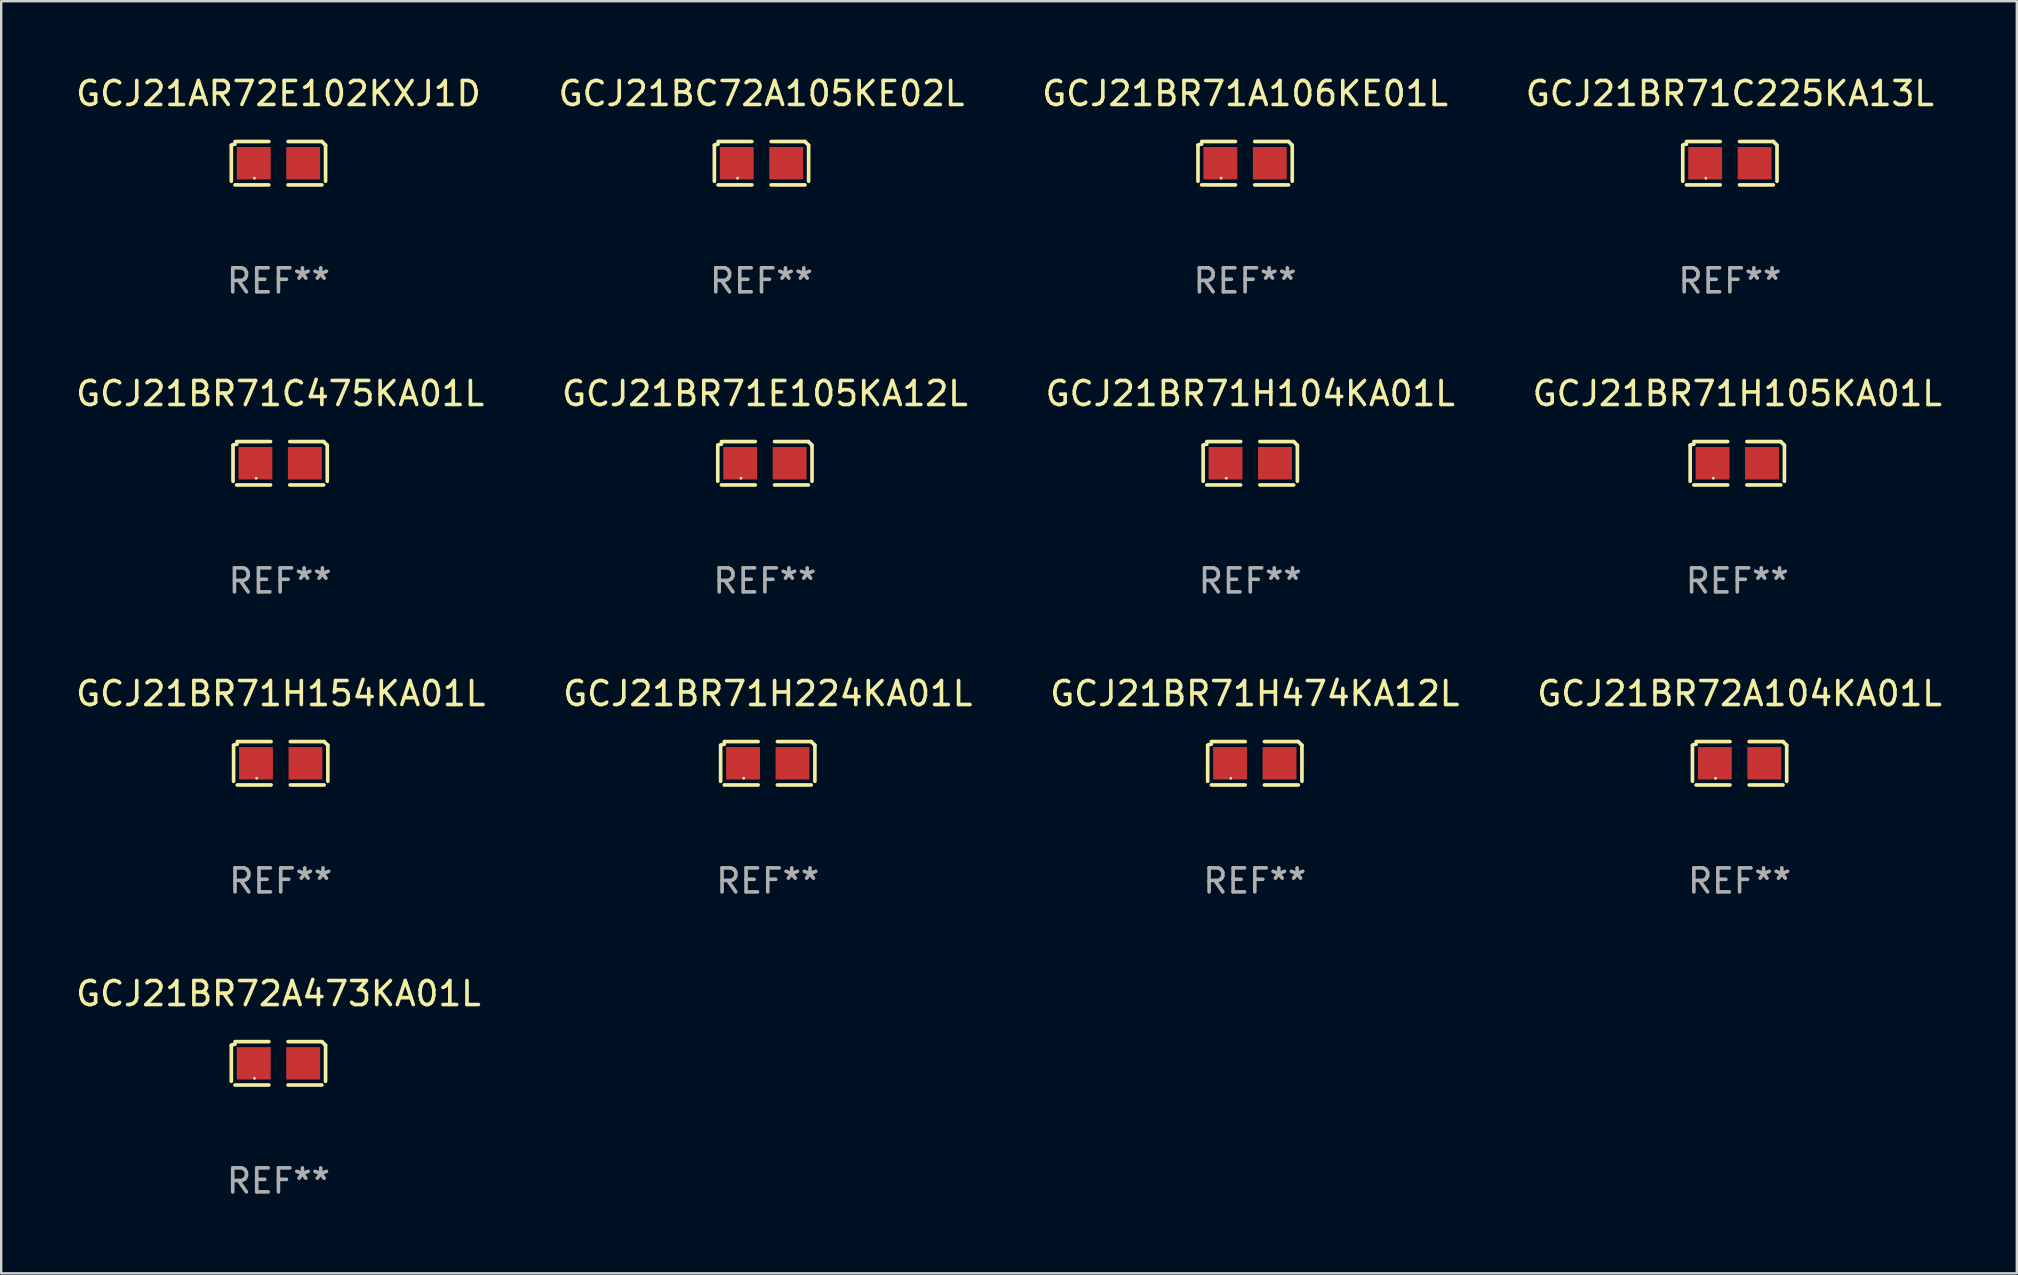
<source format=kicad_pcb>
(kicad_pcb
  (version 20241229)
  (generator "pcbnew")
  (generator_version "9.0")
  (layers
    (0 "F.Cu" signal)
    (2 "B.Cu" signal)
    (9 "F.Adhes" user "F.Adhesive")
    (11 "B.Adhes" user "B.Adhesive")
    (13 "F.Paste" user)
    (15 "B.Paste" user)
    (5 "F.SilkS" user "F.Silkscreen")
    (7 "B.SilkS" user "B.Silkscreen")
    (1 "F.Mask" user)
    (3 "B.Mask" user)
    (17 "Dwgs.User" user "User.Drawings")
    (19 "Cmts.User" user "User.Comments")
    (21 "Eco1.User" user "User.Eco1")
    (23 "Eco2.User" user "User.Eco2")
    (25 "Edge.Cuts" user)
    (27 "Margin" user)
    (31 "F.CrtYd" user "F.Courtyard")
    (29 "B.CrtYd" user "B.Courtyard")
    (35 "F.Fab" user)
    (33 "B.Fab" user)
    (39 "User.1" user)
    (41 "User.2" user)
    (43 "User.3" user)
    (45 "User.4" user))
  (footprint "GCJ21BR72A473KA01L"
    (layer "F.Cu")
    (at 8.554 41.263)
    (property "Reference" "GCJ21BR72A473KA01L" (at 0 -2.904 0) (layer "F.SilkS") (effects (font (size 1 1) (thickness 0.15))))
    (attr through_hole)
    (fp_line (start -1.964 0.751) (end -1.964 -0.751) (stroke (width 0.152) (type solid)) (layer "F.SilkS"))
    (fp_line (start -1.811 -0.904) (end -0.401 -0.904) (stroke (width 0.152) (type solid)) (layer "F.SilkS"))
    (fp_line (start -0.401 0.904) (end -1.811 0.904) (stroke (width 0.152) (type solid)) (layer "F.SilkS"))
    (fp_line (start 0.401 0.904) (end 1.811 0.904) (stroke (width 0.152) (type solid)) (layer "F.SilkS"))
    (fp_line (start 1.811 -0.904) (end 0.401 -0.904) (stroke (width 0.152) (type solid)) (layer "F.SilkS"))
    (fp_line (start 1.964 0.751) (end 1.964 -0.751) (stroke (width 0.152) (type solid)) (layer "F.SilkS"))
    (fp_arc (start -1.963602 -0.751207) (mid -1.890354 -0.783131) (end -1.811201 -0.794044) (stroke (width 0.1524) (type solid)) (layer "F.SilkS"))
    (fp_arc (start 1.811202 -0.903607) (mid 1.887413 -0.827418) (end 1.963602 -0.751207) (stroke (width 0.1524) (type solid)) (layer "F.SilkS"))
    (fp_circle (center -1 0.625) (end -0.97 0.625) (stroke (width 0.06) (type solid)) (fill no) (layer "F.SilkS"))
    (fp_text user "REF**" (at 0 4.904 0) (layer "F.Fab") (effects (font (size 1 1) (thickness 0.15))))
    (pad "1" smd rect (at -1.03 0) (size 1.41 1.35) (layers "F.Cu" "F.Mask" "F.Paste"))
    (pad "2" smd rect (at 1.03 0) (size 1.41 1.35) (layers "F.Cu" "F.Mask" "F.Paste")))
  (footprint "GCJ21BR71H105KA01L"
    (layer "F.Cu")
    (at 69.351 16.256)
    (property "Reference" "GCJ21BR71H105KA01L" (at 0 -2.904 0) (layer "F.SilkS") (effects (font (size 1 1) (thickness 0.15))))
    (attr through_hole)
    (fp_line (start -1.964 0.751) (end -1.964 -0.751) (stroke (width 0.152) (type solid)) (layer "F.SilkS"))
    (fp_line (start -1.811 -0.904) (end -0.401 -0.904) (stroke (width 0.152) (type solid)) (layer "F.SilkS"))
    (fp_line (start -0.401 0.904) (end -1.811 0.904) (stroke (width 0.152) (type solid)) (layer "F.SilkS"))
    (fp_line (start 0.401 0.904) (end 1.811 0.904) (stroke (width 0.152) (type solid)) (layer "F.SilkS"))
    (fp_line (start 1.811 -0.904) (end 0.401 -0.904) (stroke (width 0.152) (type solid)) (layer "F.SilkS"))
    (fp_line (start 1.964 0.751) (end 1.964 -0.751) (stroke (width 0.152) (type solid)) (layer "F.SilkS"))
    (fp_arc (start -1.963602 -0.751207) (mid -1.890354 -0.783131) (end -1.811201 -0.794044) (stroke (width 0.1524) (type solid)) (layer "F.SilkS"))
    (fp_arc (start 1.811202 -0.903607) (mid 1.887413 -0.827418) (end 1.963602 -0.751207) (stroke (width 0.1524) (type solid)) (layer "F.SilkS"))
    (fp_circle (center -1 0.625) (end -0.97 0.625) (stroke (width 0.06) (type solid)) (fill no) (layer "F.SilkS"))
    (fp_text user "REF**" (at 0 4.904 0) (layer "F.Fab") (effects (font (size 1 1) (thickness 0.15))))
    (pad "1" smd rect (at -1.03 0) (size 1.41 1.35) (layers "F.Cu" "F.Mask" "F.Paste"))
    (pad "2" smd rect (at 1.03 0) (size 1.41 1.35) (layers "F.Cu" "F.Mask" "F.Paste")))
  (footprint "GCJ21BR71H224KA01L"
    (layer "F.Cu")
    (at 28.946 28.759)
    (property "Reference" "GCJ21BR71H224KA01L" (at 0 -2.904 0) (layer "F.SilkS") (effects (font (size 1 1) (thickness 0.15))))
    (attr through_hole)
    (fp_line (start -1.964 0.751) (end -1.964 -0.751) (stroke (width 0.152) (type solid)) (layer "F.SilkS"))
    (fp_line (start -1.811 -0.904) (end -0.401 -0.904) (stroke (width 0.152) (type solid)) (layer "F.SilkS"))
    (fp_line (start -0.401 0.904) (end -1.811 0.904) (stroke (width 0.152) (type solid)) (layer "F.SilkS"))
    (fp_line (start 0.401 0.904) (end 1.811 0.904) (stroke (width 0.152) (type solid)) (layer "F.SilkS"))
    (fp_line (start 1.811 -0.904) (end 0.401 -0.904) (stroke (width 0.152) (type solid)) (layer "F.SilkS"))
    (fp_line (start 1.964 0.751) (end 1.964 -0.751) (stroke (width 0.152) (type solid)) (layer "F.SilkS"))
    (fp_arc (start -1.963602 -0.751207) (mid -1.890354 -0.783131) (end -1.811201 -0.794044) (stroke (width 0.1524) (type solid)) (layer "F.SilkS"))
    (fp_arc (start 1.811202 -0.903607) (mid 1.887413 -0.827418) (end 1.963602 -0.751207) (stroke (width 0.1524) (type solid)) (layer "F.SilkS"))
    (fp_circle (center -1 0.625) (end -0.97 0.625) (stroke (width 0.06) (type solid)) (fill no) (layer "F.SilkS"))
    (fp_text user "REF**" (at 0 4.904 0) (layer "F.Fab") (effects (font (size 1 1) (thickness 0.15))))
    (pad "1" smd rect (at -1.03 0) (size 1.41 1.35) (layers "F.Cu" "F.Mask" "F.Paste"))
    (pad "2" smd rect (at 1.03 0) (size 1.41 1.35) (layers "F.Cu" "F.Mask" "F.Paste")))
  (footprint "GCJ21BR71E105KA12L"
    (layer "F.Cu")
    (at 28.827 16.256)
    (property "Reference" "GCJ21BR71E105KA12L" (at 0 -2.904 0) (layer "F.SilkS") (effects (font (size 1 1) (thickness 0.15))))
    (attr through_hole)
    (fp_line (start -1.964 0.751) (end -1.964 -0.751) (stroke (width 0.152) (type solid)) (layer "F.SilkS"))
    (fp_line (start -1.811 -0.904) (end -0.401 -0.904) (stroke (width 0.152) (type solid)) (layer "F.SilkS"))
    (fp_line (start -0.401 0.904) (end -1.811 0.904) (stroke (width 0.152) (type solid)) (layer "F.SilkS"))
    (fp_line (start 0.401 0.904) (end 1.811 0.904) (stroke (width 0.152) (type solid)) (layer "F.SilkS"))
    (fp_line (start 1.811 -0.904) (end 0.401 -0.904) (stroke (width 0.152) (type solid)) (layer "F.SilkS"))
    (fp_line (start 1.964 0.751) (end 1.964 -0.751) (stroke (width 0.152) (type solid)) (layer "F.SilkS"))
    (fp_arc (start -1.963602 -0.751207) (mid -1.890354 -0.783131) (end -1.811201 -0.794044) (stroke (width 0.1524) (type solid)) (layer "F.SilkS"))
    (fp_arc (start 1.811202 -0.903607) (mid 1.887413 -0.827418) (end 1.963602 -0.751207) (stroke (width 0.1524) (type solid)) (layer "F.SilkS"))
    (fp_circle (center -1 0.625) (end -0.97 0.625) (stroke (width 0.06) (type solid)) (fill no) (layer "F.SilkS"))
    (fp_text user "REF**" (at 0 4.904 0) (layer "F.Fab") (effects (font (size 1 1) (thickness 0.15))))
    (pad "1" smd rect (at -1.03 0) (size 1.41 1.35) (layers "F.Cu" "F.Mask" "F.Paste"))
    (pad "2" smd rect (at 1.03 0) (size 1.41 1.35) (layers "F.Cu" "F.Mask" "F.Paste")))
  (footprint "GCJ21BR71H154KA01L"
    (layer "F.Cu")
    (at 8.649 28.759)
    (property "Reference" "GCJ21BR71H154KA01L" (at 0 -2.904 0) (layer "F.SilkS") (effects (font (size 1 1) (thickness 0.15))))
    (attr through_hole)
    (fp_line (start -1.964 0.751) (end -1.964 -0.751) (stroke (width 0.152) (type solid)) (layer "F.SilkS"))
    (fp_line (start -1.811 -0.904) (end -0.401 -0.904) (stroke (width 0.152) (type solid)) (layer "F.SilkS"))
    (fp_line (start -0.401 0.904) (end -1.811 0.904) (stroke (width 0.152) (type solid)) (layer "F.SilkS"))
    (fp_line (start 0.401 0.904) (end 1.811 0.904) (stroke (width 0.152) (type solid)) (layer "F.SilkS"))
    (fp_line (start 1.811 -0.904) (end 0.401 -0.904) (stroke (width 0.152) (type solid)) (layer "F.SilkS"))
    (fp_line (start 1.964 0.751) (end 1.964 -0.751) (stroke (width 0.152) (type solid)) (layer "F.SilkS"))
    (fp_arc (start -1.963602 -0.751207) (mid -1.890354 -0.783131) (end -1.811201 -0.794044) (stroke (width 0.1524) (type solid)) (layer "F.SilkS"))
    (fp_arc (start 1.811202 -0.903607) (mid 1.887413 -0.827418) (end 1.963602 -0.751207) (stroke (width 0.1524) (type solid)) (layer "F.SilkS"))
    (fp_circle (center -1 0.625) (end -0.97 0.625) (stroke (width 0.06) (type solid)) (fill no) (layer "F.SilkS"))
    (fp_text user "REF**" (at 0 4.904 0) (layer "F.Fab") (effects (font (size 1 1) (thickness 0.15))))
    (pad "1" smd rect (at -1.03 0) (size 1.41 1.35) (layers "F.Cu" "F.Mask" "F.Paste"))
    (pad "2" smd rect (at 1.03 0) (size 1.41 1.35) (layers "F.Cu" "F.Mask" "F.Paste")))
  (footprint "GCJ21BR71C475KA01L"
    (layer "F.Cu")
    (at 8.625 16.256)
    (property "Reference" "GCJ21BR71C475KA01L" (at 0 -2.904 0) (layer "F.SilkS") (effects (font (size 1 1) (thickness 0.15))))
    (attr through_hole)
    (fp_line (start -1.964 0.751) (end -1.964 -0.751) (stroke (width 0.152) (type solid)) (layer "F.SilkS"))
    (fp_line (start -1.811 -0.904) (end -0.401 -0.904) (stroke (width 0.152) (type solid)) (layer "F.SilkS"))
    (fp_line (start -0.401 0.904) (end -1.811 0.904) (stroke (width 0.152) (type solid)) (layer "F.SilkS"))
    (fp_line (start 0.401 0.904) (end 1.811 0.904) (stroke (width 0.152) (type solid)) (layer "F.SilkS"))
    (fp_line (start 1.811 -0.904) (end 0.401 -0.904) (stroke (width 0.152) (type solid)) (layer "F.SilkS"))
    (fp_line (start 1.964 0.751) (end 1.964 -0.751) (stroke (width 0.152) (type solid)) (layer "F.SilkS"))
    (fp_arc (start -1.963602 -0.751207) (mid -1.890354 -0.783131) (end -1.811201 -0.794044) (stroke (width 0.1524) (type solid)) (layer "F.SilkS"))
    (fp_arc (start 1.811202 -0.903607) (mid 1.887413 -0.827418) (end 1.963602 -0.751207) (stroke (width 0.1524) (type solid)) (layer "F.SilkS"))
    (fp_circle (center -1 0.625) (end -0.97 0.625) (stroke (width 0.06) (type solid)) (fill no) (layer "F.SilkS"))
    (fp_text user "REF**" (at 0 4.904 0) (layer "F.Fab") (effects (font (size 1 1) (thickness 0.15))))
    (pad "1" smd rect (at -1.03 0) (size 1.41 1.35) (layers "F.Cu" "F.Mask" "F.Paste"))
    (pad "2" smd rect (at 1.03 0) (size 1.41 1.35) (layers "F.Cu" "F.Mask" "F.Paste")))
  (footprint "GCJ21BC72A105KE02L"
    (layer "F.Cu")
    (at 28.685 3.752)
    (property "Reference" "GCJ21BC72A105KE02L" (at 0 -2.904 0) (layer "F.SilkS") (effects (font (size 1 1) (thickness 0.15))))
    (attr through_hole)
    (fp_line (start -1.964 0.751) (end -1.964 -0.751) (stroke (width 0.152) (type solid)) (layer "F.SilkS"))
    (fp_line (start -1.811 -0.904) (end -0.401 -0.904) (stroke (width 0.152) (type solid)) (layer "F.SilkS"))
    (fp_line (start -0.401 0.904) (end -1.811 0.904) (stroke (width 0.152) (type solid)) (layer "F.SilkS"))
    (fp_line (start 0.401 0.904) (end 1.811 0.904) (stroke (width 0.152) (type solid)) (layer "F.SilkS"))
    (fp_line (start 1.811 -0.904) (end 0.401 -0.904) (stroke (width 0.152) (type solid)) (layer "F.SilkS"))
    (fp_line (start 1.964 0.751) (end 1.964 -0.751) (stroke (width 0.152) (type solid)) (layer "F.SilkS"))
    (fp_arc (start -1.963602 -0.751207) (mid -1.890354 -0.783131) (end -1.811201 -0.794044) (stroke (width 0.1524) (type solid)) (layer "F.SilkS"))
    (fp_arc (start 1.811202 -0.903607) (mid 1.887413 -0.827418) (end 1.963602 -0.751207) (stroke (width 0.1524) (type solid)) (layer "F.SilkS"))
    (fp_circle (center -1 0.625) (end -0.97 0.625) (stroke (width 0.06) (type solid)) (fill no) (layer "F.SilkS"))
    (fp_text user "REF**" (at 0 4.904 0) (layer "F.Fab") (effects (font (size 1 1) (thickness 0.15))))
    (pad "1" smd rect (at -1.03 0) (size 1.41 1.35) (layers "F.Cu" "F.Mask" "F.Paste"))
    (pad "2" smd rect (at 1.03 0) (size 1.41 1.35) (layers "F.Cu" "F.Mask" "F.Paste")))
  (footprint "GCJ21BR71A106KE01L"
    (layer "F.Cu")
    (at 48.839 3.752)
    (property "Reference" "GCJ21BR71A106KE01L" (at 0 -2.904 0) (layer "F.SilkS") (effects (font (size 1 1) (thickness 0.15))))
    (attr through_hole)
    (fp_line (start -1.964 0.751) (end -1.964 -0.751) (stroke (width 0.152) (type solid)) (layer "F.SilkS"))
    (fp_line (start -1.811 -0.904) (end -0.401 -0.904) (stroke (width 0.152) (type solid)) (layer "F.SilkS"))
    (fp_line (start -0.401 0.904) (end -1.811 0.904) (stroke (width 0.152) (type solid)) (layer "F.SilkS"))
    (fp_line (start 0.401 0.904) (end 1.811 0.904) (stroke (width 0.152) (type solid)) (layer "F.SilkS"))
    (fp_line (start 1.811 -0.904) (end 0.401 -0.904) (stroke (width 0.152) (type solid)) (layer "F.SilkS"))
    (fp_line (start 1.964 0.751) (end 1.964 -0.751) (stroke (width 0.152) (type solid)) (layer "F.SilkS"))
    (fp_arc (start -1.963602 -0.751207) (mid -1.890354 -0.783131) (end -1.811201 -0.794044) (stroke (width 0.1524) (type solid)) (layer "F.SilkS"))
    (fp_arc (start 1.811202 -0.903607) (mid 1.887413 -0.827418) (end 1.963602 -0.751207) (stroke (width 0.1524) (type solid)) (layer "F.SilkS"))
    (fp_circle (center -1 0.625) (end -0.97 0.625) (stroke (width 0.06) (type solid)) (fill no) (layer "F.SilkS"))
    (fp_text user "REF**" (at 0 4.904 0) (layer "F.Fab") (effects (font (size 1 1) (thickness 0.15))))
    (pad "1" smd rect (at -1.03 0) (size 1.41 1.35) (layers "F.Cu" "F.Mask" "F.Paste"))
    (pad "2" smd rect (at 1.03 0) (size 1.41 1.35) (layers "F.Cu" "F.Mask" "F.Paste")))
  (footprint "GCJ21BR71C225KA13L"
    (layer "F.Cu")
    (at 69.042 3.752)
    (property "Reference" "GCJ21BR71C225KA13L" (at 0 -2.904 0) (layer "F.SilkS") (effects (font (size 1 1) (thickness 0.15))))
    (attr through_hole)
    (fp_line (start -1.964 0.751) (end -1.964 -0.751) (stroke (width 0.152) (type solid)) (layer "F.SilkS"))
    (fp_line (start -1.811 -0.904) (end -0.401 -0.904) (stroke (width 0.152) (type solid)) (layer "F.SilkS"))
    (fp_line (start -0.401 0.904) (end -1.811 0.904) (stroke (width 0.152) (type solid)) (layer "F.SilkS"))
    (fp_line (start 0.401 0.904) (end 1.811 0.904) (stroke (width 0.152) (type solid)) (layer "F.SilkS"))
    (fp_line (start 1.811 -0.904) (end 0.401 -0.904) (stroke (width 0.152) (type solid)) (layer "F.SilkS"))
    (fp_line (start 1.964 0.751) (end 1.964 -0.751) (stroke (width 0.152) (type solid)) (layer "F.SilkS"))
    (fp_arc (start -1.963602 -0.751207) (mid -1.890354 -0.783131) (end -1.811201 -0.794044) (stroke (width 0.1524) (type solid)) (layer "F.SilkS"))
    (fp_arc (start 1.811202 -0.903607) (mid 1.887413 -0.827418) (end 1.963602 -0.751207) (stroke (width 0.1524) (type solid)) (layer "F.SilkS"))
    (fp_circle (center -1 0.625) (end -0.97 0.625) (stroke (width 0.06) (type solid)) (fill no) (layer "F.SilkS"))
    (fp_text user "REF**" (at 0 4.904 0) (layer "F.Fab") (effects (font (size 1 1) (thickness 0.15))))
    (pad "1" smd rect (at -1.03 0) (size 1.41 1.35) (layers "F.Cu" "F.Mask" "F.Paste"))
    (pad "2" smd rect (at 1.03 0) (size 1.41 1.35) (layers "F.Cu" "F.Mask" "F.Paste")))
  (footprint "GCJ21BR71H474KA12L"
    (layer "F.Cu")
    (at 49.244 28.759)
    (property "Reference" "GCJ21BR71H474KA12L" (at 0 -2.904 0) (layer "F.SilkS") (effects (font (size 1 1) (thickness 0.15))))
    (attr through_hole)
    (fp_line (start -1.964 0.751) (end -1.964 -0.751) (stroke (width 0.152) (type solid)) (layer "F.SilkS"))
    (fp_line (start -1.811 -0.904) (end -0.401 -0.904) (stroke (width 0.152) (type solid)) (layer "F.SilkS"))
    (fp_line (start -0.401 0.904) (end -1.811 0.904) (stroke (width 0.152) (type solid)) (layer "F.SilkS"))
    (fp_line (start 0.401 0.904) (end 1.811 0.904) (stroke (width 0.152) (type solid)) (layer "F.SilkS"))
    (fp_line (start 1.811 -0.904) (end 0.401 -0.904) (stroke (width 0.152) (type solid)) (layer "F.SilkS"))
    (fp_line (start 1.964 0.751) (end 1.964 -0.751) (stroke (width 0.152) (type solid)) (layer "F.SilkS"))
    (fp_arc (start -1.963602 -0.751207) (mid -1.890354 -0.783131) (end -1.811201 -0.794044) (stroke (width 0.1524) (type solid)) (layer "F.SilkS"))
    (fp_arc (start 1.811202 -0.903607) (mid 1.887413 -0.827418) (end 1.963602 -0.751207) (stroke (width 0.1524) (type solid)) (layer "F.SilkS"))
    (fp_circle (center -1 0.625) (end -0.97 0.625) (stroke (width 0.06) (type solid)) (fill no) (layer "F.SilkS"))
    (fp_text user "REF**" (at 0 4.904 0) (layer "F.Fab") (effects (font (size 1 1) (thickness 0.15))))
    (pad "1" smd rect (at -1.03 0) (size 1.41 1.35) (layers "F.Cu" "F.Mask" "F.Paste"))
    (pad "2" smd rect (at 1.03 0) (size 1.41 1.35) (layers "F.Cu" "F.Mask" "F.Paste")))
  (footprint "GCJ21BR71H104KA01L"
    (layer "F.Cu")
    (at 49.054 16.256)
    (property "Reference" "GCJ21BR71H104KA01L" (at 0 -2.904 0) (layer "F.SilkS") (effects (font (size 1 1) (thickness 0.15))))
    (attr through_hole)
    (fp_line (start -1.964 0.751) (end -1.964 -0.751) (stroke (width 0.152) (type solid)) (layer "F.SilkS"))
    (fp_line (start -1.811 -0.904) (end -0.401 -0.904) (stroke (width 0.152) (type solid)) (layer "F.SilkS"))
    (fp_line (start -0.401 0.904) (end -1.811 0.904) (stroke (width 0.152) (type solid)) (layer "F.SilkS"))
    (fp_line (start 0.401 0.904) (end 1.811 0.904) (stroke (width 0.152) (type solid)) (layer "F.SilkS"))
    (fp_line (start 1.811 -0.904) (end 0.401 -0.904) (stroke (width 0.152) (type solid)) (layer "F.SilkS"))
    (fp_line (start 1.964 0.751) (end 1.964 -0.751) (stroke (width 0.152) (type solid)) (layer "F.SilkS"))
    (fp_arc (start -1.963602 -0.751207) (mid -1.890354 -0.783131) (end -1.811201 -0.794044) (stroke (width 0.1524) (type solid)) (layer "F.SilkS"))
    (fp_arc (start 1.811202 -0.903607) (mid 1.887413 -0.827418) (end 1.963602 -0.751207) (stroke (width 0.1524) (type solid)) (layer "F.SilkS"))
    (fp_circle (center -1 0.625) (end -0.97 0.625) (stroke (width 0.06) (type solid)) (fill no) (layer "F.SilkS"))
    (fp_text user "REF**" (at 0 4.904 0) (layer "F.Fab") (effects (font (size 1 1) (thickness 0.15))))
    (pad "1" smd rect (at -1.03 0) (size 1.41 1.35) (layers "F.Cu" "F.Mask" "F.Paste"))
    (pad "2" smd rect (at 1.03 0) (size 1.41 1.35) (layers "F.Cu" "F.Mask" "F.Paste")))
  (footprint "GCJ21BR72A104KA01L"
    (layer "F.Cu")
    (at 69.446 28.759)
    (property "Reference" "GCJ21BR72A104KA01L" (at 0 -2.904 0) (layer "F.SilkS") (effects (font (size 1 1) (thickness 0.15))))
    (attr through_hole)
    (fp_line (start -1.964 0.751) (end -1.964 -0.751) (stroke (width 0.152) (type solid)) (layer "F.SilkS"))
    (fp_line (start -1.811 -0.904) (end -0.401 -0.904) (stroke (width 0.152) (type solid)) (layer "F.SilkS"))
    (fp_line (start -0.401 0.904) (end -1.811 0.904) (stroke (width 0.152) (type solid)) (layer "F.SilkS"))
    (fp_line (start 0.401 0.904) (end 1.811 0.904) (stroke (width 0.152) (type solid)) (layer "F.SilkS"))
    (fp_line (start 1.811 -0.904) (end 0.401 -0.904) (stroke (width 0.152) (type solid)) (layer "F.SilkS"))
    (fp_line (start 1.964 0.751) (end 1.964 -0.751) (stroke (width 0.152) (type solid)) (layer "F.SilkS"))
    (fp_arc (start -1.963602 -0.751207) (mid -1.890354 -0.783131) (end -1.811201 -0.794044) (stroke (width 0.1524) (type solid)) (layer "F.SilkS"))
    (fp_arc (start 1.811202 -0.903607) (mid 1.887413 -0.827418) (end 1.963602 -0.751207) (stroke (width 0.1524) (type solid)) (layer "F.SilkS"))
    (fp_circle (center -1 0.625) (end -0.97 0.625) (stroke (width 0.06) (type solid)) (fill no) (layer "F.SilkS"))
    (fp_text user "REF**" (at 0 4.904 0) (layer "F.Fab") (effects (font (size 1 1) (thickness 0.15))))
    (pad "1" smd rect (at -1.03 0) (size 1.41 1.35) (layers "F.Cu" "F.Mask" "F.Paste"))
    (pad "2" smd rect (at 1.03 0) (size 1.41 1.35) (layers "F.Cu" "F.Mask" "F.Paste")))
  (footprint "GCJ21AR72E102KXJ1D"
    (layer "F.Cu")
    (at 8.554 3.752)
    (property "Reference" "GCJ21AR72E102KXJ1D" (at 0 -2.904 0) (layer "F.SilkS") (effects (font (size 1 1) (thickness 0.15))))
    (attr through_hole)
    (fp_line (start -1.964 0.751) (end -1.964 -0.751) (stroke (width 0.152) (type solid)) (layer "F.SilkS"))
    (fp_line (start -1.811 -0.904) (end -0.401 -0.904) (stroke (width 0.152) (type solid)) (layer "F.SilkS"))
    (fp_line (start -0.401 0.904) (end -1.811 0.904) (stroke (width 0.152) (type solid)) (layer "F.SilkS"))
    (fp_line (start 0.401 0.904) (end 1.811 0.904) (stroke (width 0.152) (type solid)) (layer "F.SilkS"))
    (fp_line (start 1.811 -0.904) (end 0.401 -0.904) (stroke (width 0.152) (type solid)) (layer "F.SilkS"))
    (fp_line (start 1.964 0.751) (end 1.964 -0.751) (stroke (width 0.152) (type solid)) (layer "F.SilkS"))
    (fp_arc (start -1.963602 -0.751207) (mid -1.890354 -0.783131) (end -1.811201 -0.794044) (stroke (width 0.1524) (type solid)) (layer "F.SilkS"))
    (fp_arc (start 1.811202 -0.903607) (mid 1.887413 -0.827418) (end 1.963602 -0.751207) (stroke (width 0.1524) (type solid)) (layer "F.SilkS"))
    (fp_circle (center -1 0.625) (end -0.97 0.625) (stroke (width 0.06) (type solid)) (fill no) (layer "F.SilkS"))
    (fp_text user "REF**" (at 0 4.904 0) (layer "F.Fab") (effects (font (size 1 1) (thickness 0.15))))
    (pad "1" smd rect (at -1.03 0) (size 1.41 1.35) (layers "F.Cu" "F.Mask" "F.Paste"))
    (pad "2" smd rect (at 1.03 0) (size 1.41 1.35) (layers "F.Cu" "F.Mask" "F.Paste")))
  (gr_rect
    (start -3 -3)
    (end 81 50.015)
    (stroke (width 0.1) (type default))
    (fill no)
    (layer "Edge.Cuts")))
</source>
